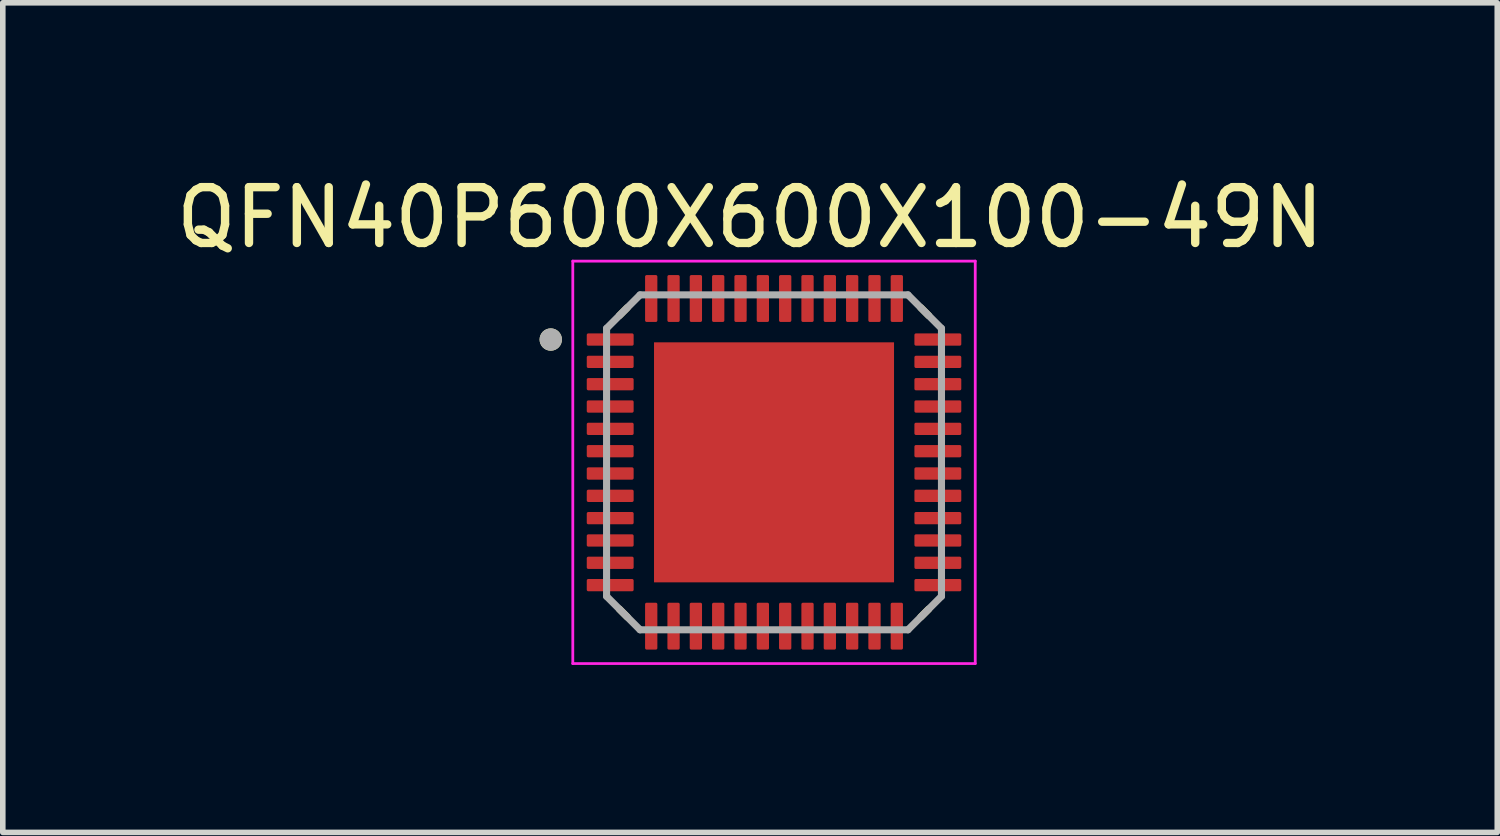
<source format=kicad_pcb>
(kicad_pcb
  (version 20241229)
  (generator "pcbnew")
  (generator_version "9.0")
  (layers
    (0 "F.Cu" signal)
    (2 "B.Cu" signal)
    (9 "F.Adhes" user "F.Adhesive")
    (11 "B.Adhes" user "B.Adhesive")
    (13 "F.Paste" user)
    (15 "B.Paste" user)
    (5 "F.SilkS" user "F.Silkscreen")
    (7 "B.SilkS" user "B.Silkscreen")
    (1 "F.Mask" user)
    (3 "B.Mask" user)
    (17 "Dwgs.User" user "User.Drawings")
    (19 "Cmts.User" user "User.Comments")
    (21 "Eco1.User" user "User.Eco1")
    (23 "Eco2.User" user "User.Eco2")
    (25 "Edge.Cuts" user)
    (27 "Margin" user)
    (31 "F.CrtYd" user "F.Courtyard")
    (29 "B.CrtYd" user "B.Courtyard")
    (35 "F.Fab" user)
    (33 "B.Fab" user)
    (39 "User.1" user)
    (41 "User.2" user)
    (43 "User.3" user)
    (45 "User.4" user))
  (footprint "QFN40P600X600X100-49N"
    (layer "F.Cu")
    (at 10.817 5.233)
    (property "Reference" "QFN40P600X600X100-49N" (at -0.43 -4.385 0) (layer "F.SilkS") (effects (font (size 1 1) (thickness 0.15))))
    (attr smd)
    (fp_line (start -2.77 -2.63) (end -2.63 -2.77) (stroke (width 0.127) (type solid)) (layer "F.SilkS"))
    (fp_line (start -2.63 2.77) (end -2.77 2.63) (stroke (width 0.127) (type solid)) (layer "F.SilkS"))
    (fp_line (start 2.63 -2.77) (end 2.77 -2.63) (stroke (width 0.127) (type solid)) (layer "F.SilkS"))
    (fp_line (start 2.77 2.63) (end 2.63 2.77) (stroke (width 0.127) (type solid)) (layer "F.SilkS"))
    (fp_circle (center -4 -2.2) (end -3.9 -2.2) (stroke (width 0.2) (type solid)) (fill no) (layer "F.SilkS"))
    (fp_poly (pts (xy -1.625 -1.625) (xy -0.265 -1.625) (xy -0.265 -0.265) (xy -1.625 -0.265)) (stroke (width 0.01) (type solid)) (fill yes) (layer "F.Paste"))
    (fp_poly (pts (xy -1.625 0.265) (xy -0.265 0.265) (xy -0.265 1.625) (xy -1.625 1.625)) (stroke (width 0.01) (type solid)) (fill yes) (layer "F.Paste"))
    (fp_poly (pts (xy 0.265 -1.625) (xy 1.625 -1.625) (xy 1.625 -0.265) (xy 0.265 -0.265)) (stroke (width 0.01) (type solid)) (fill yes) (layer "F.Paste"))
    (fp_poly (pts (xy 0.265 0.265) (xy 1.625 0.265) (xy 1.625 1.625) (xy 0.265 1.625)) (stroke (width 0.01) (type solid)) (fill yes) (layer "F.Paste"))
    (fp_line (start -3.605 -3.605) (end 3.605 -3.605) (stroke (width 0.05) (type solid)) (layer "F.CrtYd"))
    (fp_line (start -3.605 3.605) (end -3.605 -3.605) (stroke (width 0.05) (type solid)) (layer "F.CrtYd"))
    (fp_line (start 3.605 -3.605) (end 3.605 3.605) (stroke (width 0.05) (type solid)) (layer "F.CrtYd"))
    (fp_line (start 3.605 3.605) (end -3.605 3.605) (stroke (width 0.05) (type solid)) (layer "F.CrtYd"))
    (fp_line (start -3 -2.4) (end -2.4 -3) (stroke (width 0.127) (type solid)) (layer "F.Fab"))
    (fp_line (start -3 2.4) (end -3 -2.4) (stroke (width 0.127) (type solid)) (layer "F.Fab"))
    (fp_line (start -2.4 -3) (end 2.4 -3) (stroke (width 0.127) (type solid)) (layer "F.Fab"))
    (fp_line (start -2.4 3) (end -3 2.4) (stroke (width 0.127) (type solid)) (layer "F.Fab"))
    (fp_line (start 2.4 -3) (end 3 -2.4) (stroke (width 0.127) (type solid)) (layer "F.Fab"))
    (fp_line (start 2.4 3) (end -2.4 3) (stroke (width 0.127) (type solid)) (layer "F.Fab"))
    (fp_line (start 3 -2.4) (end 3 2.4) (stroke (width 0.127) (type solid)) (layer "F.Fab"))
    (fp_line (start 3 2.4) (end 2.4 3) (stroke (width 0.127) (type solid)) (layer "F.Fab"))
    (fp_circle (center -4 -2.2) (end -3.9 -2.2) (stroke (width 0.2) (type solid)) (fill no) (layer "F.Fab"))
    (pad "1" smd roundrect (at -2.935 -2.2) (size 0.84 0.22) (layers "F.Cu" "F.Mask" "F.Paste") (roundrect_rratio 0.125))
    (pad "2" smd roundrect (at -2.935 -1.8) (size 0.84 0.22) (layers "F.Cu" "F.Mask" "F.Paste") (roundrect_rratio 0.125))
    (pad "3" smd roundrect (at -2.935 -1.4) (size 0.84 0.22) (layers "F.Cu" "F.Mask" "F.Paste") (roundrect_rratio 0.125))
    (pad "4" smd roundrect (at -2.935 -1) (size 0.84 0.22) (layers "F.Cu" "F.Mask" "F.Paste") (roundrect_rratio 0.125))
    (pad "5" smd roundrect (at -2.935 -0.6) (size 0.84 0.22) (layers "F.Cu" "F.Mask" "F.Paste") (roundrect_rratio 0.125))
    (pad "6" smd roundrect (at -2.935 -0.2) (size 0.84 0.22) (layers "F.Cu" "F.Mask" "F.Paste") (roundrect_rratio 0.125))
    (pad "7" smd roundrect (at -2.935 0.2) (size 0.84 0.22) (layers "F.Cu" "F.Mask" "F.Paste") (roundrect_rratio 0.125))
    (pad "8" smd roundrect (at -2.935 0.6) (size 0.84 0.22) (layers "F.Cu" "F.Mask" "F.Paste") (roundrect_rratio 0.125))
    (pad "9" smd roundrect (at -2.935 1) (size 0.84 0.22) (layers "F.Cu" "F.Mask" "F.Paste") (roundrect_rratio 0.125))
    (pad "10" smd roundrect (at -2.935 1.4) (size 0.84 0.22) (layers "F.Cu" "F.Mask" "F.Paste") (roundrect_rratio 0.125))
    (pad "11" smd roundrect (at -2.935 1.8) (size 0.84 0.22) (layers "F.Cu" "F.Mask" "F.Paste") (roundrect_rratio 0.125))
    (pad "12" smd roundrect (at -2.935 2.2) (size 0.84 0.22) (layers "F.Cu" "F.Mask" "F.Paste") (roundrect_rratio 0.125))
    (pad "13" smd roundrect (at -2.2 2.935) (size 0.22 0.84) (layers "F.Cu" "F.Mask" "F.Paste") (roundrect_rratio 0.125))
    (pad "14" smd roundrect (at -1.8 2.935) (size 0.22 0.84) (layers "F.Cu" "F.Mask" "F.Paste") (roundrect_rratio 0.125))
    (pad "15" smd roundrect (at -1.4 2.935) (size 0.22 0.84) (layers "F.Cu" "F.Mask" "F.Paste") (roundrect_rratio 0.125))
    (pad "16" smd roundrect (at -1 2.935) (size 0.22 0.84) (layers "F.Cu" "F.Mask" "F.Paste") (roundrect_rratio 0.125))
    (pad "17" smd roundrect (at -0.6 2.935) (size 0.22 0.84) (layers "F.Cu" "F.Mask" "F.Paste") (roundrect_rratio 0.125))
    (pad "18" smd roundrect (at -0.2 2.935) (size 0.22 0.84) (layers "F.Cu" "F.Mask" "F.Paste") (roundrect_rratio 0.125))
    (pad "19" smd roundrect (at 0.2 2.935) (size 0.22 0.84) (layers "F.Cu" "F.Mask" "F.Paste") (roundrect_rratio 0.125))
    (pad "20" smd roundrect (at 0.6 2.935) (size 0.22 0.84) (layers "F.Cu" "F.Mask" "F.Paste") (roundrect_rratio 0.125))
    (pad "21" smd roundrect (at 1 2.935) (size 0.22 0.84) (layers "F.Cu" "F.Mask" "F.Paste") (roundrect_rratio 0.125))
    (pad "22" smd roundrect (at 1.4 2.935) (size 0.22 0.84) (layers "F.Cu" "F.Mask" "F.Paste") (roundrect_rratio 0.125))
    (pad "23" smd roundrect (at 1.8 2.935) (size 0.22 0.84) (layers "F.Cu" "F.Mask" "F.Paste") (roundrect_rratio 0.125))
    (pad "24" smd roundrect (at 2.2 2.935) (size 0.22 0.84) (layers "F.Cu" "F.Mask" "F.Paste") (roundrect_rratio 0.125))
    (pad "25" smd roundrect (at 2.935 2.2) (size 0.84 0.22) (layers "F.Cu" "F.Mask" "F.Paste") (roundrect_rratio 0.125))
    (pad "26" smd roundrect (at 2.935 1.8) (size 0.84 0.22) (layers "F.Cu" "F.Mask" "F.Paste") (roundrect_rratio 0.125))
    (pad "27" smd roundrect (at 2.935 1.4) (size 0.84 0.22) (layers "F.Cu" "F.Mask" "F.Paste") (roundrect_rratio 0.125))
    (pad "28" smd roundrect (at 2.935 1) (size 0.84 0.22) (layers "F.Cu" "F.Mask" "F.Paste") (roundrect_rratio 0.125))
    (pad "29" smd roundrect (at 2.935 0.6) (size 0.84 0.22) (layers "F.Cu" "F.Mask" "F.Paste") (roundrect_rratio 0.125))
    (pad "30" smd roundrect (at 2.935 0.2) (size 0.84 0.22) (layers "F.Cu" "F.Mask" "F.Paste") (roundrect_rratio 0.125))
    (pad "31" smd roundrect (at 2.935 -0.2) (size 0.84 0.22) (layers "F.Cu" "F.Mask" "F.Paste") (roundrect_rratio 0.125))
    (pad "32" smd roundrect (at 2.935 -0.6) (size 0.84 0.22) (layers "F.Cu" "F.Mask" "F.Paste") (roundrect_rratio 0.125))
    (pad "33" smd roundrect (at 2.935 -1) (size 0.84 0.22) (layers "F.Cu" "F.Mask" "F.Paste") (roundrect_rratio 0.125))
    (pad "34" smd roundrect (at 2.935 -1.4) (size 0.84 0.22) (layers "F.Cu" "F.Mask" "F.Paste") (roundrect_rratio 0.125))
    (pad "35" smd roundrect (at 2.935 -1.8) (size 0.84 0.22) (layers "F.Cu" "F.Mask" "F.Paste") (roundrect_rratio 0.125))
    (pad "36" smd roundrect (at 2.935 -2.2) (size 0.84 0.22) (layers "F.Cu" "F.Mask" "F.Paste") (roundrect_rratio 0.125))
    (pad "37" smd roundrect (at 2.2 -2.935) (size 0.22 0.84) (layers "F.Cu" "F.Mask" "F.Paste") (roundrect_rratio 0.125))
    (pad "38" smd roundrect (at 1.8 -2.935) (size 0.22 0.84) (layers "F.Cu" "F.Mask" "F.Paste") (roundrect_rratio 0.125))
    (pad "39" smd roundrect (at 1.4 -2.935) (size 0.22 0.84) (layers "F.Cu" "F.Mask" "F.Paste") (roundrect_rratio 0.125))
    (pad "40" smd roundrect (at 1 -2.935) (size 0.22 0.84) (layers "F.Cu" "F.Mask" "F.Paste") (roundrect_rratio 0.125))
    (pad "41" smd roundrect (at 0.6 -2.935) (size 0.22 0.84) (layers "F.Cu" "F.Mask" "F.Paste") (roundrect_rratio 0.125))
    (pad "42" smd roundrect (at 0.2 -2.935) (size 0.22 0.84) (layers "F.Cu" "F.Mask" "F.Paste") (roundrect_rratio 0.125))
    (pad "43" smd roundrect (at -0.2 -2.935) (size 0.22 0.84) (layers "F.Cu" "F.Mask" "F.Paste") (roundrect_rratio 0.125))
    (pad "44" smd roundrect (at -0.6 -2.935) (size 0.22 0.84) (layers "F.Cu" "F.Mask" "F.Paste") (roundrect_rratio 0.125))
    (pad "45" smd roundrect (at -1 -2.935) (size 0.22 0.84) (layers "F.Cu" "F.Mask" "F.Paste") (roundrect_rratio 0.125))
    (pad "46" smd roundrect (at -1.4 -2.935) (size 0.22 0.84) (layers "F.Cu" "F.Mask" "F.Paste") (roundrect_rratio 0.125))
    (pad "47" smd roundrect (at -1.8 -2.935) (size 0.22 0.84) (layers "F.Cu" "F.Mask" "F.Paste") (roundrect_rratio 0.125))
    (pad "48" smd roundrect (at -2.2 -2.935) (size 0.22 0.84) (layers "F.Cu" "F.Mask" "F.Paste") (roundrect_rratio 0.125))
    (pad "49" smd rect (at 0 0) (size 4.3 4.3) (layers "F.Cu" "F.Mask")))
  (gr_rect
    (start -3 -3)
    (end 23.774 11.863)
    (stroke (width 0.1) (type default))
    (fill no)
    (layer "Edge.Cuts")))
</source>
